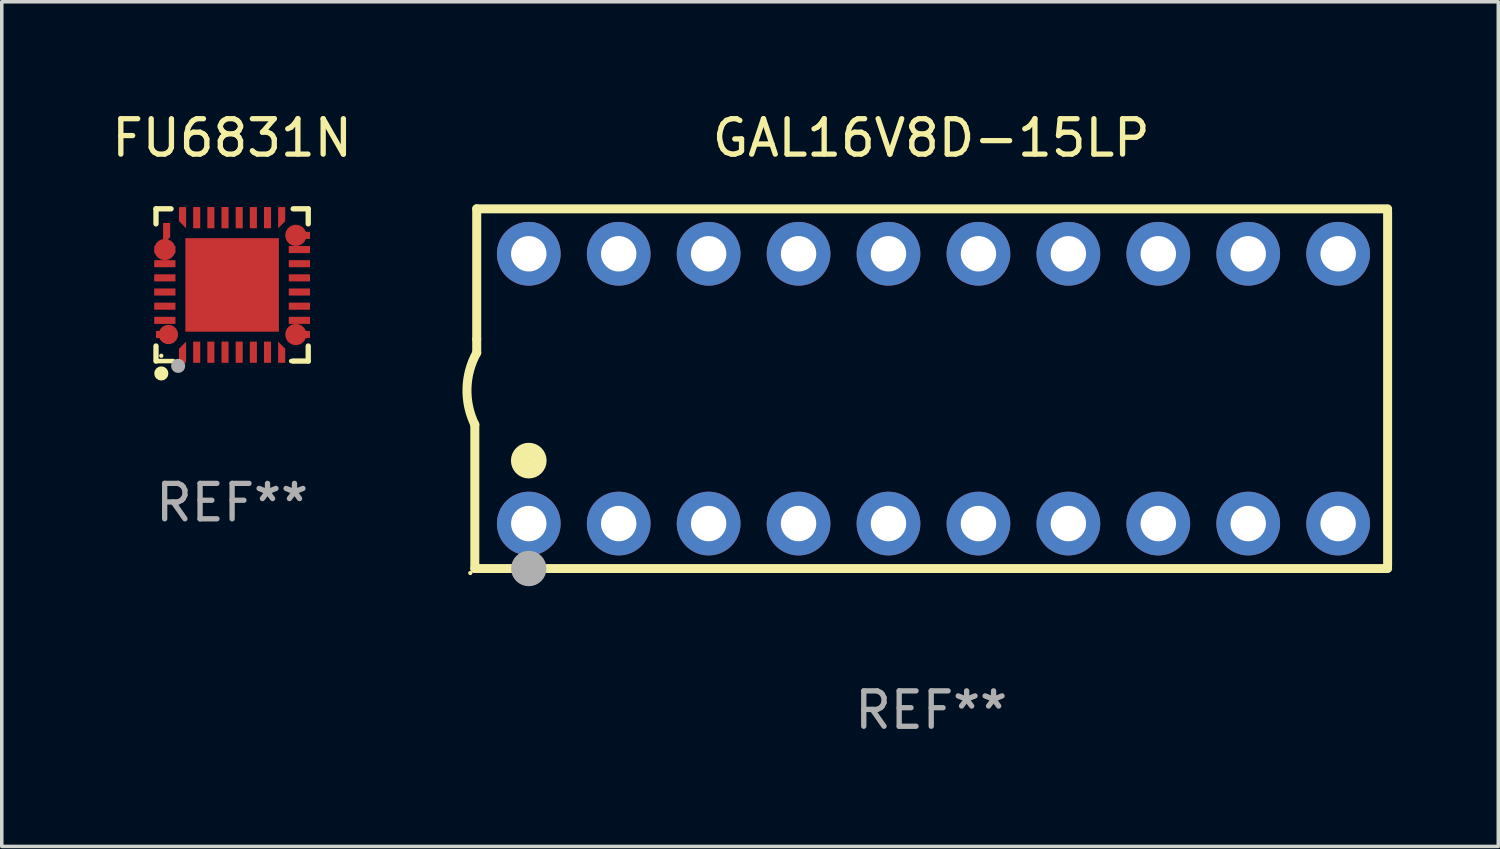
<source format=kicad_pcb>
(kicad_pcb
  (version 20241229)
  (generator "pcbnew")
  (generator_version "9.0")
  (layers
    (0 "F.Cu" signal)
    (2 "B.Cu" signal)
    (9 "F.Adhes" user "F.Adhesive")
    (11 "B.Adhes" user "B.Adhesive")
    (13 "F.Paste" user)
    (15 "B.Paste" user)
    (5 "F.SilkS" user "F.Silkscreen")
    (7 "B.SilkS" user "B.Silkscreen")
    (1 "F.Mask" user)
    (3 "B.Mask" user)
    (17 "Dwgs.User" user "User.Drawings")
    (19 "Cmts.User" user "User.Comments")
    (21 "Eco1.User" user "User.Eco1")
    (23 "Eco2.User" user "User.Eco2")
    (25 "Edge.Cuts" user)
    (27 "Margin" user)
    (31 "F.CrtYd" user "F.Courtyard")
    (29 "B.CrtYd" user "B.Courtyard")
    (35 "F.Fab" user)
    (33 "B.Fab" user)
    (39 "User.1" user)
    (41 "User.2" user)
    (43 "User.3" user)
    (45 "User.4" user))
  (footprint "GAL16V8D-15LP"
    (layer "F.Cu")
    (at 23.252 7.928)
    (property "Reference" "GAL16V8D-15LP" (at 0 -7.08 0) (layer "F.SilkS") (effects (font (size 1 1) (thickness 0.15))))
    (attr through_hole)
    (fp_line (start -12.891 5.08) (end -12.891 1.016) (stroke (width 0.254) (type solid)) (layer "F.SilkS"))
    (fp_line (start -12.891 5.08) (end 12.891 5.08) (stroke (width 0.254) (type solid)) (layer "F.SilkS"))
    (fp_line (start -12.837 -5.08) (end -12.837 -1.397) (stroke (width 0.254) (type solid)) (layer "F.SilkS"))
    (fp_line (start -12.837 -5.08) (end 12.891 -5.08) (stroke (width 0.254) (type solid)) (layer "F.SilkS"))
    (fp_line (start -12.837 -1.397) (end -12.837 -1.016) (stroke (width 0.254) (type solid)) (layer "F.SilkS"))
    (fp_line (start 12.891 -5) (end 12.891 5) (stroke (width 0.254) (type solid)) (layer "F.SilkS"))
    (fp_arc (start -12.890526 1.016002) (mid -13.111945 -0.006602) (end -12.836525 -1.016002) (stroke (width 0.254001) (type solid)) (layer "F.SilkS"))
    (fp_circle (center -13.018 5.207) (end -12.988 5.207) (stroke (width 0.06) (type solid)) (fill no) (layer "F.SilkS"))
    (fp_circle (center -11.367 2.032) (end -11.113 2.032) (stroke (width 0.5) (type solid)) (fill no) (layer "F.SilkS"))
    (fp_circle (center -11.367 5.08) (end -11.117 5.08) (stroke (width 0.5) (type solid)) (fill no) (layer "F.Fab"))
    (fp_text user "REF**" (at 0 9.08 0) (layer "F.Fab") (effects (font (size 1 1) (thickness 0.15))))
    (pad "1" thru_hole circle (at -11.367 3.81) (size 1.8 1.8) (drill 1) (layers "*.Cu" "*.Mask"))
    (pad "2" thru_hole circle (at -8.827 3.81) (size 1.8 1.8) (drill 1) (layers "*.Cu" "*.Mask"))
    (pad "3" thru_hole circle (at -6.287 3.81) (size 1.8 1.8) (drill 1) (layers "*.Cu" "*.Mask"))
    (pad "4" thru_hole circle (at -3.747 3.81) (size 1.8 1.8) (drill 1) (layers "*.Cu" "*.Mask"))
    (pad "5" thru_hole circle (at -1.207 3.81) (size 1.8 1.8) (drill 1) (layers "*.Cu" "*.Mask"))
    (pad "6" thru_hole circle (at 1.334 3.81) (size 1.8 1.8) (drill 1) (layers "*.Cu" "*.Mask"))
    (pad "7" thru_hole circle (at 3.874 3.81) (size 1.8 1.8) (drill 1) (layers "*.Cu" "*.Mask"))
    (pad "8" thru_hole circle (at 6.414 3.81) (size 1.8 1.8) (drill 1) (layers "*.Cu" "*.Mask"))
    (pad "9" thru_hole circle (at 8.954 3.81) (size 1.8 1.8) (drill 1) (layers "*.Cu" "*.Mask"))
    (pad "10" thru_hole circle (at 11.494 3.81) (size 1.8 1.8) (drill 1) (layers "*.Cu" "*.Mask"))
    (pad "11" thru_hole circle (at 11.494 -3.81) (size 1.8 1.8) (drill 1) (layers "*.Cu" "*.Mask"))
    (pad "12" thru_hole circle (at 8.954 -3.81) (size 1.8 1.8) (drill 1) (layers "*.Cu" "*.Mask"))
    (pad "13" thru_hole circle (at 6.414 -3.81) (size 1.8 1.8) (drill 1) (layers "*.Cu" "*.Mask"))
    (pad "14" thru_hole circle (at 3.874 -3.81) (size 1.8 1.8) (drill 1) (layers "*.Cu" "*.Mask"))
    (pad "15" thru_hole circle (at 1.334 -3.81) (size 1.8 1.8) (drill 1) (layers "*.Cu" "*.Mask"))
    (pad "16" thru_hole circle (at -1.207 -3.81) (size 1.8 1.8) (drill 1) (layers "*.Cu" "*.Mask"))
    (pad "17" thru_hole circle (at -3.747 -3.81) (size 1.8 1.8) (drill 1) (layers "*.Cu" "*.Mask"))
    (pad "18" thru_hole circle (at -6.287 -3.81) (size 1.8 1.8) (drill 1) (layers "*.Cu" "*.Mask"))
    (pad "19" thru_hole circle (at -8.827 -3.81) (size 1.8 1.8) (drill 1) (layers "*.Cu" "*.Mask"))
    (pad "20" thru_hole circle (at -11.367 -3.81) (size 1.8 1.8) (drill 1) (layers "*.Cu" "*.Mask")))
  (footprint "FU6831N"
    (layer "F.Cu")
    (at 3.506 4.998)
    (property "Reference" "FU6831N" (at 0 -4.15 0) (layer "F.SilkS") (effects (font (size 1 1) (thickness 0.15))))
    (attr through_hole)
    (fp_line (start -2.15 -2.15) (end -1.725 -2.15) (stroke (width 0.15) (type solid)) (layer "F.SilkS"))
    (fp_line (start -2.15 -1.725) (end -2.15 -2.15) (stroke (width 0.15) (type solid)) (layer "F.SilkS"))
    (fp_line (start -2.15 2.15) (end -2.15 1.725) (stroke (width 0.15) (type solid)) (layer "F.SilkS"))
    (fp_line (start -1.668 2.15) (end -2.15 2.15) (stroke (width 0.127) (type solid)) (layer "F.SilkS"))
    (fp_line (start 1.725 2.15) (end 1.668 2.15) (stroke (width 0.127) (type solid)) (layer "F.SilkS"))
    (fp_line (start 2.15 -2.15) (end 1.725 -2.15) (stroke (width 0.15) (type solid)) (layer "F.SilkS"))
    (fp_line (start 2.15 -1.725) (end 2.15 -2.15) (stroke (width 0.15) (type solid)) (layer "F.SilkS"))
    (fp_line (start 2.15 1.725) (end 2.15 2.15) (stroke (width 0.15) (type solid)) (layer "F.SilkS"))
    (fp_line (start 2.15 2.15) (end 1.725 2.15) (stroke (width 0.15) (type solid)) (layer "F.SilkS"))
    (fp_circle (center -2 2) (end -1.97 2) (stroke (width 0.06) (type solid)) (fill no) (layer "F.SilkS"))
    (fp_circle (center -2 2.5) (end -1.9 2.5) (stroke (width 0.2) (type solid)) (fill no) (layer "F.SilkS"))
    (fp_circle (center -1.524 2.286) (end -1.424 2.286) (stroke (width 0.2) (type solid)) (fill no) (layer "F.Fab"))
    (fp_text user "REF**" (at 0 6.15 0) (layer "F.Fab") (effects (font (size 1 1) (thickness 0.15))))
    (pad "1" smd custom (at -1.4 1.85) (size 0.2 0.6) (layers "F.Cu" "F.Mask" "F.Paste") (options (anchor circle)) (primitives (gr_poly (pts (xy 0.1 -0.25) (xy 0.1 0.35) (xy -0.1 0.35) (xy -0.1 -0.05)) (width 0) (fill yes))))
    (pad "2" smd custom (at -1 1.9) (size 0.2 0.6) (layers "F.Cu" "F.Mask" "F.Paste") (options (anchor circle)) (primitives (gr_poly (pts (xy -0.1 -0.3) (xy 0.1 -0.3) (xy 0.1 0.3) (xy -0.1 0.3)) (width 0) (fill yes))))
    (pad "3" smd rect (at -0.6 1.9) (size 0.2 0.6) (layers "F.Cu" "F.Mask" "F.Paste"))
    (pad "4" smd rect (at -0.2 1.9) (size 0.2 0.6) (layers "F.Cu" "F.Mask" "F.Paste"))
    (pad "5" smd rect (at 0.2 1.9) (size 0.2 0.6) (layers "F.Cu" "F.Mask" "F.Paste"))
    (pad "6" smd rect (at 0.6 1.9) (size 0.2 0.6) (layers "F.Cu" "F.Mask" "F.Paste"))
    (pad "7" smd rect (at 1 1.9) (size 0.2 0.6) (layers "F.Cu" "F.Mask" "F.Paste"))
    (pad "8" smd custom (at 1.4 1.85) (size 0.2 0.6) (layers "F.Cu" "F.Mask" "F.Paste") (options (anchor circle)) (primitives (gr_poly (pts (xy 0.1 -0.05) (xy 0.1 0.35) (xy -0.1 0.35) (xy -0.1 -0.25)) (width 0) (fill yes))))
    (pad "9" smd custom (at 1.8 1.4) (size 0.6 0.2) (layers "F.Cu" "F.Mask" "F.Paste") (options (anchor circle)) (primitives (gr_poly (pts (xy -0.2 -0.1) (xy 0.4 -0.1) (xy 0.4 0.1) (xy 0.000076 0.1)) (width 0) (fill yes))))
    (pad "10" smd rect (at 1.9 1) (size 0.6 0.2) (layers "F.Cu" "F.Mask" "F.Paste"))
    (pad "11" smd rect (at 1.9 0.6) (size 0.6 0.2) (layers "F.Cu" "F.Mask" "F.Paste"))
    (pad "12" smd rect (at 1.9 0.2) (size 0.6 0.2) (layers "F.Cu" "F.Mask" "F.Paste"))
    (pad "13" smd rect (at 1.9 -0.2) (size 0.6 0.2) (layers "F.Cu" "F.Mask" "F.Paste"))
    (pad "14" smd rect (at 1.9 -0.6) (size 0.6 0.2) (layers "F.Cu" "F.Mask" "F.Paste"))
    (pad "15" smd rect (at 1.9 -1) (size 0.6 0.2) (layers "F.Cu" "F.Mask" "F.Paste"))
    (pad "16" smd custom (at 1.8 -1.4) (size 0.6 0.2) (layers "F.Cu" "F.Mask" "F.Paste") (options (anchor circle)) (primitives (gr_poly (pts (xy 0.000102 -0.1) (xy 0.4 -0.1) (xy 0.4 0.1) (xy -0.2 0.1)) (width 0) (fill yes))))
    (pad "17" smd custom (at 1.4 -1.85) (size 0.2 0.6) (layers "F.Cu" "F.Mask" "F.Paste") (options (anchor circle)) (primitives (gr_poly (pts (xy -0.1 0.25) (xy -0.1 -0.35) (xy 0.1 -0.35) (xy 0.1 0.05)) (width 0) (fill yes))))
    (pad "18" smd custom (at 1 -1.9) (size 0.2 0.6) (layers "F.Cu" "F.Mask" "F.Paste") (options (anchor circle)) (primitives (gr_poly (pts (xy -0.1 -0.3) (xy 0.1 -0.3) (xy 0.1 0.3) (xy -0.1 0.3)) (width 0) (fill yes))))
    (pad "19" smd rect (at 0.6 -1.9) (size 0.2 0.6) (layers "F.Cu" "F.Mask" "F.Paste"))
    (pad "20" smd rect (at 0.2 -1.9) (size 0.2 0.6) (layers "F.Cu" "F.Mask" "F.Paste"))
    (pad "21" smd rect (at -0.2 -1.9) (size 0.2 0.6) (layers "F.Cu" "F.Mask" "F.Paste"))
    (pad "22" smd rect (at -0.6 -1.9) (size 0.2 0.6) (layers "F.Cu" "F.Mask" "F.Paste"))
    (pad "23" smd rect (at -1 -1.9) (size 0.2 0.6) (layers "F.Cu" "F.Mask" "F.Paste"))
    (pad "24" smd custom (at -1.4 -1.85) (size 0.2 0.6) (layers "F.Cu" "F.Mask" "F.Paste") (options (anchor circle)) (primitives (gr_poly (pts (xy -0.1 0.05) (xy -0.1 -0.35) (xy 0.1 -0.35) (xy 0.1 0.25)) (width 0) (fill yes))))
    (pad "25" smd custom (at -1.85 -1.4 270) (size 0.2 0.6) (layers "F.Cu" "F.Mask" "F.Paste") (options (anchor circle)) (primitives (gr_poly (pts (xy 0.25 0.1) (xy -0.35 0.1) (xy -0.35 -0.1) (xy 0.05 -0.1)) (width 0) (fill yes))))
    (pad "26" smd custom (at -1.9 -1) (size 0.6 0.2) (layers "F.Cu" "F.Mask" "F.Paste") (options (anchor circle)) (primitives (gr_poly (pts (xy -0.3 -0.1) (xy 0.3 -0.1) (xy 0.3 0.1) (xy -0.3 0.1)) (width 0) (fill yes))))
    (pad "27" smd rect (at -1.9 -0.6) (size 0.6 0.2) (layers "F.Cu" "F.Mask" "F.Paste"))
    (pad "28" smd rect (at -1.9 -0.2) (size 0.6 0.2) (layers "F.Cu" "F.Mask" "F.Paste"))
    (pad "29" smd rect (at -1.9 0.2) (size 0.6 0.2) (layers "F.Cu" "F.Mask" "F.Paste"))
    (pad "30" smd rect (at -1.9 0.6) (size 0.6 0.2) (layers "F.Cu" "F.Mask" "F.Paste"))
    (pad "31" smd rect (at -1.9 1) (size 0.6 0.2) (layers "F.Cu" "F.Mask" "F.Paste"))
    (pad "32" smd custom (at -1.8 1.4) (size 0.55 0.2) (layers "F.Cu" "F.Mask" "F.Paste") (options (anchor circle)) (primitives (gr_poly (pts (xy -0.000102 0.1) (xy -0.35 0.1) (xy -0.35 -0.1) (xy 0.2 -0.1)) (width 0) (fill yes))))
    (pad "33" smd rect (at 0.000114 0 90) (size 2.642 2.642) (layers "F.Cu" "F.Mask" "F.Paste")))
  (gr_rect
    (start -3 -3)
    (end 39.269 20.857)
    (stroke (width 0.1) (type default))
    (fill no)
    (layer "Edge.Cuts")))
</source>
